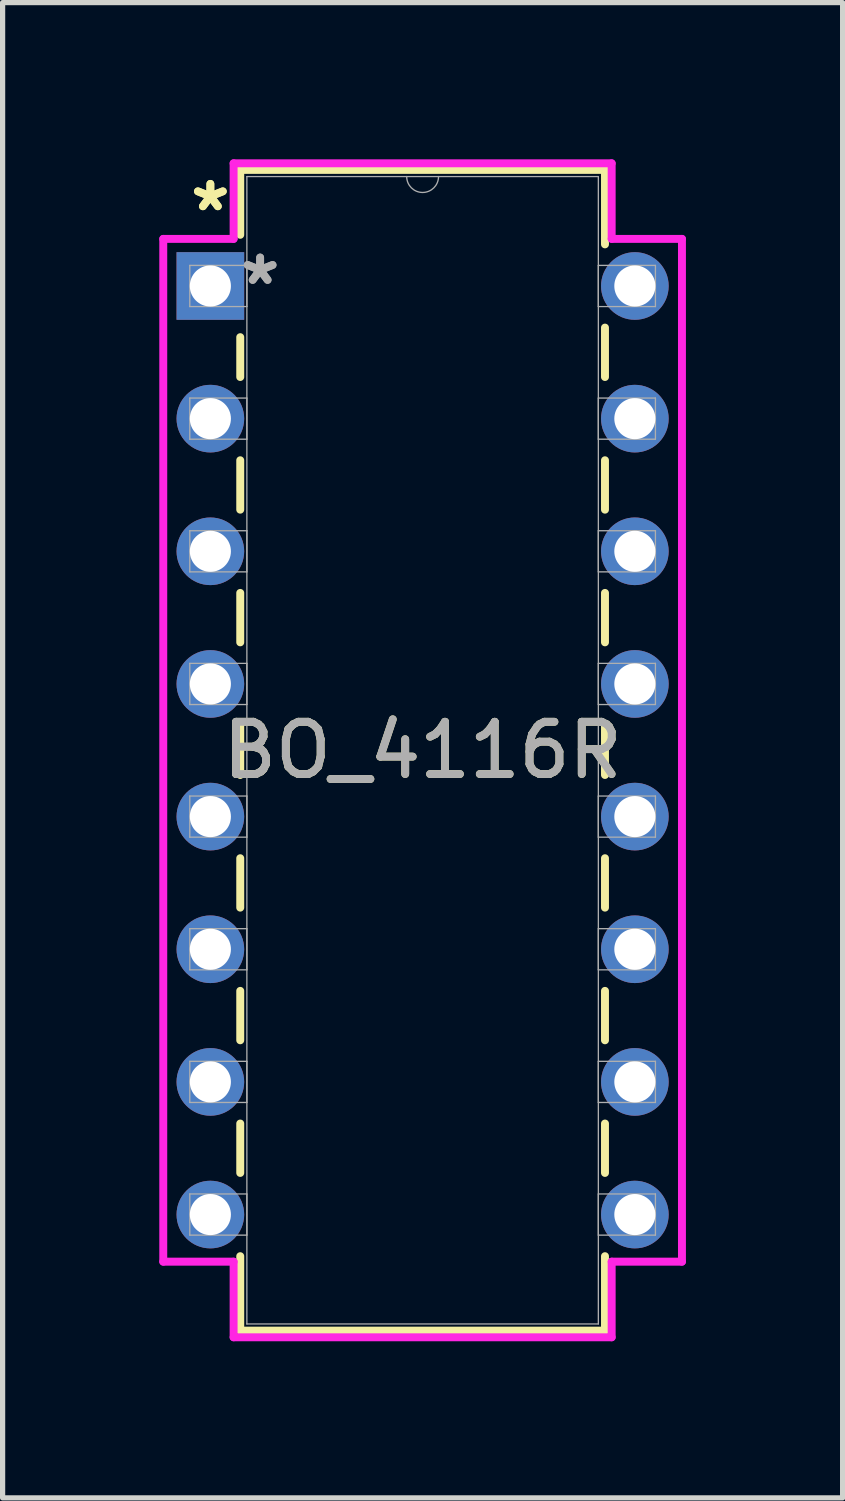
<source format=kicad_pcb>
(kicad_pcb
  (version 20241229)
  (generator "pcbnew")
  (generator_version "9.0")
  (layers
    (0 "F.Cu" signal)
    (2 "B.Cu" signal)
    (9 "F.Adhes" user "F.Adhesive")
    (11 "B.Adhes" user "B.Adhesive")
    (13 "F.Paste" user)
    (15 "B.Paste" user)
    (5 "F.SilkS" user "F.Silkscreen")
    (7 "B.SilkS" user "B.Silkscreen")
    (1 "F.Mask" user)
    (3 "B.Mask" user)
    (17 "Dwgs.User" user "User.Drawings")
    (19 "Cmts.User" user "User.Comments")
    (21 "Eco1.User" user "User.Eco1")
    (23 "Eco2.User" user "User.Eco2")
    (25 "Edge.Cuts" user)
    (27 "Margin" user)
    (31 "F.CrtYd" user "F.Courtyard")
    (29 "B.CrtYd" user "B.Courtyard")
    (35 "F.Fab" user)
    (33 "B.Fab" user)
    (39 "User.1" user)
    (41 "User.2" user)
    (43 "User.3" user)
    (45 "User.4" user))
  (footprint "BO_4116R"
    (layer "F.Cu")
    (at 0.978 2.426)
    (property "Reference" "BO_4116R" (at 4.064 8.89 0) (unlocked yes) (layer "F.SilkS") (effects (font (size 1 1) (thickness 0.15))))
    (attr through_hole)
    (fp_line (start 0.572 -2.223) (end 0.572 -0.98) (stroke (width 0.152) (type solid)) (layer "F.SilkS"))
    (fp_line (start 0.572 0.98) (end 0.572 1.743) (stroke (width 0.152) (type solid)) (layer "F.SilkS"))
    (fp_line (start 0.572 3.337) (end 0.572 4.283) (stroke (width 0.152) (type solid)) (layer "F.SilkS"))
    (fp_line (start 0.572 5.877) (end 0.572 6.823) (stroke (width 0.152) (type solid)) (layer "F.SilkS"))
    (fp_line (start 0.572 8.417) (end 0.572 9.363) (stroke (width 0.152) (type solid)) (layer "F.SilkS"))
    (fp_line (start 0.572 10.957) (end 0.572 11.903) (stroke (width 0.152) (type solid)) (layer "F.SilkS"))
    (fp_line (start 0.572 13.497) (end 0.572 14.443) (stroke (width 0.152) (type solid)) (layer "F.SilkS"))
    (fp_line (start 0.572 16.037) (end 0.572 16.983) (stroke (width 0.152) (type solid)) (layer "F.SilkS"))
    (fp_line (start 0.572 18.577) (end 0.572 20.003) (stroke (width 0.152) (type solid)) (layer "F.SilkS"))
    (fp_line (start 0.572 20.003) (end 7.556 20.003) (stroke (width 0.152) (type solid)) (layer "F.SilkS"))
    (fp_line (start 7.556 -2.223) (end 0.572 -2.223) (stroke (width 0.152) (type solid)) (layer "F.SilkS"))
    (fp_line (start 7.556 -0.797) (end 7.556 -2.223) (stroke (width 0.152) (type solid)) (layer "F.SilkS"))
    (fp_line (start 7.556 1.743) (end 7.556 0.797) (stroke (width 0.152) (type solid)) (layer "F.SilkS"))
    (fp_line (start 7.556 4.283) (end 7.556 3.337) (stroke (width 0.152) (type solid)) (layer "F.SilkS"))
    (fp_line (start 7.556 6.823) (end 7.556 5.877) (stroke (width 0.152) (type solid)) (layer "F.SilkS"))
    (fp_line (start 7.556 9.363) (end 7.556 8.417) (stroke (width 0.152) (type solid)) (layer "F.SilkS"))
    (fp_line (start 7.556 11.903) (end 7.556 10.957) (stroke (width 0.152) (type solid)) (layer "F.SilkS"))
    (fp_line (start 7.556 14.443) (end 7.556 13.497) (stroke (width 0.152) (type solid)) (layer "F.SilkS"))
    (fp_line (start 7.556 16.983) (end 7.556 16.037) (stroke (width 0.152) (type solid)) (layer "F.SilkS"))
    (fp_line (start 7.556 20.003) (end 7.556 18.577) (stroke (width 0.152) (type solid)) (layer "F.SilkS"))
    (fp_line (start -0.902 -0.902) (end 0.445 -0.902) (stroke (width 0.152) (type solid)) (layer "F.CrtYd"))
    (fp_line (start -0.902 18.682) (end -0.902 -0.902) (stroke (width 0.152) (type solid)) (layer "F.CrtYd"))
    (fp_line (start 0.445 -2.349) (end 7.684 -2.349) (stroke (width 0.152) (type solid)) (layer "F.CrtYd"))
    (fp_line (start 0.445 -0.902) (end 0.445 -2.349) (stroke (width 0.152) (type solid)) (layer "F.CrtYd"))
    (fp_line (start 0.445 18.682) (end -0.902 18.682) (stroke (width 0.152) (type solid)) (layer "F.CrtYd"))
    (fp_line (start 0.445 20.13) (end 0.445 18.682) (stroke (width 0.152) (type solid)) (layer "F.CrtYd"))
    (fp_line (start 7.684 -2.349) (end 7.684 -0.902) (stroke (width 0.152) (type solid)) (layer "F.CrtYd"))
    (fp_line (start 7.684 18.682) (end 7.684 20.13) (stroke (width 0.152) (type solid)) (layer "F.CrtYd"))
    (fp_line (start 7.684 20.13) (end 0.445 20.13) (stroke (width 0.152) (type solid)) (layer "F.CrtYd"))
    (fp_line (start 9.03 -0.902) (end 7.684 -0.902) (stroke (width 0.152) (type solid)) (layer "F.CrtYd"))
    (fp_line (start 9.03 -0.902) (end 9.03 18.682) (stroke (width 0.152) (type solid)) (layer "F.CrtYd"))
    (fp_line (start 9.03 18.682) (end 7.684 18.682) (stroke (width 0.152) (type solid)) (layer "F.CrtYd"))
    (fp_line (start -0.394 -0.394) (end -0.394 0.394) (stroke (width 0.025) (type solid)) (layer "F.Fab"))
    (fp_line (start -0.394 0.394) (end 0.699 0.394) (stroke (width 0.025) (type solid)) (layer "F.Fab"))
    (fp_line (start -0.394 2.146) (end -0.394 2.934) (stroke (width 0.025) (type solid)) (layer "F.Fab"))
    (fp_line (start -0.394 2.934) (end 0.699 2.934) (stroke (width 0.025) (type solid)) (layer "F.Fab"))
    (fp_line (start -0.394 4.686) (end -0.394 5.474) (stroke (width 0.025) (type solid)) (layer "F.Fab"))
    (fp_line (start -0.394 5.474) (end 0.699 5.474) (stroke (width 0.025) (type solid)) (layer "F.Fab"))
    (fp_line (start -0.394 7.226) (end -0.394 8.014) (stroke (width 0.025) (type solid)) (layer "F.Fab"))
    (fp_line (start -0.394 8.014) (end 0.699 8.014) (stroke (width 0.025) (type solid)) (layer "F.Fab"))
    (fp_line (start -0.394 9.766) (end -0.394 10.554) (stroke (width 0.025) (type solid)) (layer "F.Fab"))
    (fp_line (start -0.394 10.554) (end 0.699 10.554) (stroke (width 0.025) (type solid)) (layer "F.Fab"))
    (fp_line (start -0.394 12.306) (end -0.394 13.094) (stroke (width 0.025) (type solid)) (layer "F.Fab"))
    (fp_line (start -0.394 13.094) (end 0.699 13.094) (stroke (width 0.025) (type solid)) (layer "F.Fab"))
    (fp_line (start -0.394 14.846) (end -0.394 15.634) (stroke (width 0.025) (type solid)) (layer "F.Fab"))
    (fp_line (start -0.394 15.634) (end 0.699 15.634) (stroke (width 0.025) (type solid)) (layer "F.Fab"))
    (fp_line (start -0.394 17.386) (end -0.394 18.174) (stroke (width 0.025) (type solid)) (layer "F.Fab"))
    (fp_line (start -0.394 18.174) (end 0.699 18.174) (stroke (width 0.025) (type solid)) (layer "F.Fab"))
    (fp_line (start 0.699 -2.095) (end 0.699 19.875) (stroke (width 0.025) (type solid)) (layer "F.Fab"))
    (fp_line (start 0.699 -0.394) (end -0.394 -0.394) (stroke (width 0.025) (type solid)) (layer "F.Fab"))
    (fp_line (start 0.699 0.394) (end 0.699 -0.394) (stroke (width 0.025) (type solid)) (layer "F.Fab"))
    (fp_line (start 0.699 2.146) (end -0.394 2.146) (stroke (width 0.025) (type solid)) (layer "F.Fab"))
    (fp_line (start 0.699 2.934) (end 0.699 2.146) (stroke (width 0.025) (type solid)) (layer "F.Fab"))
    (fp_line (start 0.699 4.686) (end -0.394 4.686) (stroke (width 0.025) (type solid)) (layer "F.Fab"))
    (fp_line (start 0.699 5.474) (end 0.699 4.686) (stroke (width 0.025) (type solid)) (layer "F.Fab"))
    (fp_line (start 0.699 7.226) (end -0.394 7.226) (stroke (width 0.025) (type solid)) (layer "F.Fab"))
    (fp_line (start 0.699 8.014) (end 0.699 7.226) (stroke (width 0.025) (type solid)) (layer "F.Fab"))
    (fp_line (start 0.699 9.766) (end -0.394 9.766) (stroke (width 0.025) (type solid)) (layer "F.Fab"))
    (fp_line (start 0.699 10.554) (end 0.699 9.766) (stroke (width 0.025) (type solid)) (layer "F.Fab"))
    (fp_line (start 0.699 12.306) (end -0.394 12.306) (stroke (width 0.025) (type solid)) (layer "F.Fab"))
    (fp_line (start 0.699 13.094) (end 0.699 12.306) (stroke (width 0.025) (type solid)) (layer "F.Fab"))
    (fp_line (start 0.699 14.846) (end -0.394 14.846) (stroke (width 0.025) (type solid)) (layer "F.Fab"))
    (fp_line (start 0.699 15.634) (end 0.699 14.846) (stroke (width 0.025) (type solid)) (layer "F.Fab"))
    (fp_line (start 0.699 17.386) (end -0.394 17.386) (stroke (width 0.025) (type solid)) (layer "F.Fab"))
    (fp_line (start 0.699 18.174) (end 0.699 17.386) (stroke (width 0.025) (type solid)) (layer "F.Fab"))
    (fp_line (start 0.699 19.875) (end 7.429 19.875) (stroke (width 0.025) (type solid)) (layer "F.Fab"))
    (fp_line (start 7.429 -2.095) (end 0.699 -2.095) (stroke (width 0.025) (type solid)) (layer "F.Fab"))
    (fp_line (start 7.429 -0.394) (end 7.429 0.394) (stroke (width 0.025) (type solid)) (layer "F.Fab"))
    (fp_line (start 7.429 0.394) (end 8.522 0.394) (stroke (width 0.025) (type solid)) (layer "F.Fab"))
    (fp_line (start 7.429 2.146) (end 7.429 2.934) (stroke (width 0.025) (type solid)) (layer "F.Fab"))
    (fp_line (start 7.429 2.934) (end 8.522 2.934) (stroke (width 0.025) (type solid)) (layer "F.Fab"))
    (fp_line (start 7.429 4.686) (end 7.429 5.474) (stroke (width 0.025) (type solid)) (layer "F.Fab"))
    (fp_line (start 7.429 5.474) (end 8.522 5.474) (stroke (width 0.025) (type solid)) (layer "F.Fab"))
    (fp_line (start 7.429 7.226) (end 7.429 8.014) (stroke (width 0.025) (type solid)) (layer "F.Fab"))
    (fp_line (start 7.429 8.014) (end 8.522 8.014) (stroke (width 0.025) (type solid)) (layer "F.Fab"))
    (fp_line (start 7.429 9.766) (end 7.429 10.554) (stroke (width 0.025) (type solid)) (layer "F.Fab"))
    (fp_line (start 7.429 10.554) (end 8.522 10.554) (stroke (width 0.025) (type solid)) (layer "F.Fab"))
    (fp_line (start 7.429 12.306) (end 7.429 13.094) (stroke (width 0.025) (type solid)) (layer "F.Fab"))
    (fp_line (start 7.429 13.094) (end 8.522 13.094) (stroke (width 0.025) (type solid)) (layer "F.Fab"))
    (fp_line (start 7.429 14.846) (end 7.429 15.634) (stroke (width 0.025) (type solid)) (layer "F.Fab"))
    (fp_line (start 7.429 15.634) (end 8.522 15.634) (stroke (width 0.025) (type solid)) (layer "F.Fab"))
    (fp_line (start 7.429 17.386) (end 7.429 18.174) (stroke (width 0.025) (type solid)) (layer "F.Fab"))
    (fp_line (start 7.429 18.174) (end 8.522 18.174) (stroke (width 0.025) (type solid)) (layer "F.Fab"))
    (fp_line (start 7.429 19.875) (end 7.429 -2.095) (stroke (width 0.025) (type solid)) (layer "F.Fab"))
    (fp_line (start 8.522 -0.394) (end 7.429 -0.394) (stroke (width 0.025) (type solid)) (layer "F.Fab"))
    (fp_line (start 8.522 0.394) (end 8.522 -0.394) (stroke (width 0.025) (type solid)) (layer "F.Fab"))
    (fp_line (start 8.522 2.146) (end 7.429 2.146) (stroke (width 0.025) (type solid)) (layer "F.Fab"))
    (fp_line (start 8.522 2.934) (end 8.522 2.146) (stroke (width 0.025) (type solid)) (layer "F.Fab"))
    (fp_line (start 8.522 4.686) (end 7.429 4.686) (stroke (width 0.025) (type solid)) (layer "F.Fab"))
    (fp_line (start 8.522 5.474) (end 8.522 4.686) (stroke (width 0.025) (type solid)) (layer "F.Fab"))
    (fp_line (start 8.522 7.226) (end 7.429 7.226) (stroke (width 0.025) (type solid)) (layer "F.Fab"))
    (fp_line (start 8.522 8.014) (end 8.522 7.226) (stroke (width 0.025) (type solid)) (layer "F.Fab"))
    (fp_line (start 8.522 9.766) (end 7.429 9.766) (stroke (width 0.025) (type solid)) (layer "F.Fab"))
    (fp_line (start 8.522 10.554) (end 8.522 9.766) (stroke (width 0.025) (type solid)) (layer "F.Fab"))
    (fp_line (start 8.522 12.306) (end 7.429 12.306) (stroke (width 0.025) (type solid)) (layer "F.Fab"))
    (fp_line (start 8.522 13.094) (end 8.522 12.306) (stroke (width 0.025) (type solid)) (layer "F.Fab"))
    (fp_line (start 8.522 14.846) (end 7.429 14.846) (stroke (width 0.025) (type solid)) (layer "F.Fab"))
    (fp_line (start 8.522 15.634) (end 8.522 14.846) (stroke (width 0.025) (type solid)) (layer "F.Fab"))
    (fp_line (start 8.522 17.386) (end 7.429 17.386) (stroke (width 0.025) (type solid)) (layer "F.Fab"))
    (fp_line (start 8.522 18.174) (end 8.522 17.386) (stroke (width 0.025) (type solid)) (layer "F.Fab"))
    (fp_arc (start 4.3688 -2.0955) (mid 4.064 -1.7907) (end 3.7592 -2.0955) (stroke (width 0.0254) (type solid)) (layer "F.Fab"))
    (fp_text user "*" (at 0 -1.41 0) (layer "F.SilkS") (effects (font (size 1 1) (thickness 0.15))))
    (fp_text user "*" (at 0 -1.41 0) (unlocked yes) (layer "F.SilkS") (effects (font (size 1 1) (thickness 0.15))))
    (fp_text user "${REFERENCE}" (at 4.064 8.89 0) (unlocked yes) (layer "F.Fab") (effects (font (size 1 1) (thickness 0.15))))
    (fp_text user "*" (at 0.953 0 0) (layer "F.Fab") (effects (font (size 1 1) (thickness 0.15))))
    (fp_text user "*" (at 0.953 0 0) (unlocked yes) (layer "F.Fab") (effects (font (size 1 1) (thickness 0.15))))
    (pad "1" thru_hole rect (at 0 0) (size 1.295 1.295) (drill 0.787) (layers "*.Cu" "*.Mask"))
    (pad "2" thru_hole circle (at 0 2.54) (size 1.295 1.295) (drill 0.787) (layers "*.Cu" "*.Mask"))
    (pad "3" thru_hole circle (at 0 5.08) (size 1.295 1.295) (drill 0.787) (layers "*.Cu" "*.Mask"))
    (pad "4" thru_hole circle (at 0 7.62) (size 1.295 1.295) (drill 0.787) (layers "*.Cu" "*.Mask"))
    (pad "5" thru_hole circle (at 0 10.16) (size 1.295 1.295) (drill 0.787) (layers "*.Cu" "*.Mask"))
    (pad "6" thru_hole circle (at 0 12.7) (size 1.295 1.295) (drill 0.787) (layers "*.Cu" "*.Mask"))
    (pad "7" thru_hole circle (at 0 15.24) (size 1.295 1.295) (drill 0.787) (layers "*.Cu" "*.Mask"))
    (pad "8" thru_hole circle (at 0 17.78) (size 1.295 1.295) (drill 0.787) (layers "*.Cu" "*.Mask"))
    (pad "9" thru_hole circle (at 8.128 17.78) (size 1.295 1.295) (drill 0.787) (layers "*.Cu" "*.Mask"))
    (pad "10" thru_hole circle (at 8.128 15.24) (size 1.295 1.295) (drill 0.787) (layers "*.Cu" "*.Mask"))
    (pad "11" thru_hole circle (at 8.128 12.7) (size 1.295 1.295) (drill 0.787) (layers "*.Cu" "*.Mask"))
    (pad "12" thru_hole circle (at 8.128 10.16) (size 1.295 1.295) (drill 0.787) (layers "*.Cu" "*.Mask"))
    (pad "13" thru_hole circle (at 8.128 7.62) (size 1.295 1.295) (drill 0.787) (layers "*.Cu" "*.Mask"))
    (pad "14" thru_hole circle (at 8.128 5.08) (size 1.295 1.295) (drill 0.787) (layers "*.Cu" "*.Mask"))
    (pad "15" thru_hole circle (at 8.128 2.54) (size 1.295 1.295) (drill 0.787) (layers "*.Cu" "*.Mask"))
    (pad "16" thru_hole circle (at 8.128 0) (size 1.295 1.295) (drill 0.787) (layers "*.Cu" "*.Mask")))
  (gr_rect
    (start -3 -3)
    (end 13.084 25.631)
    (stroke (width 0.1) (type default))
    (fill no)
    (layer "Edge.Cuts")))
</source>
